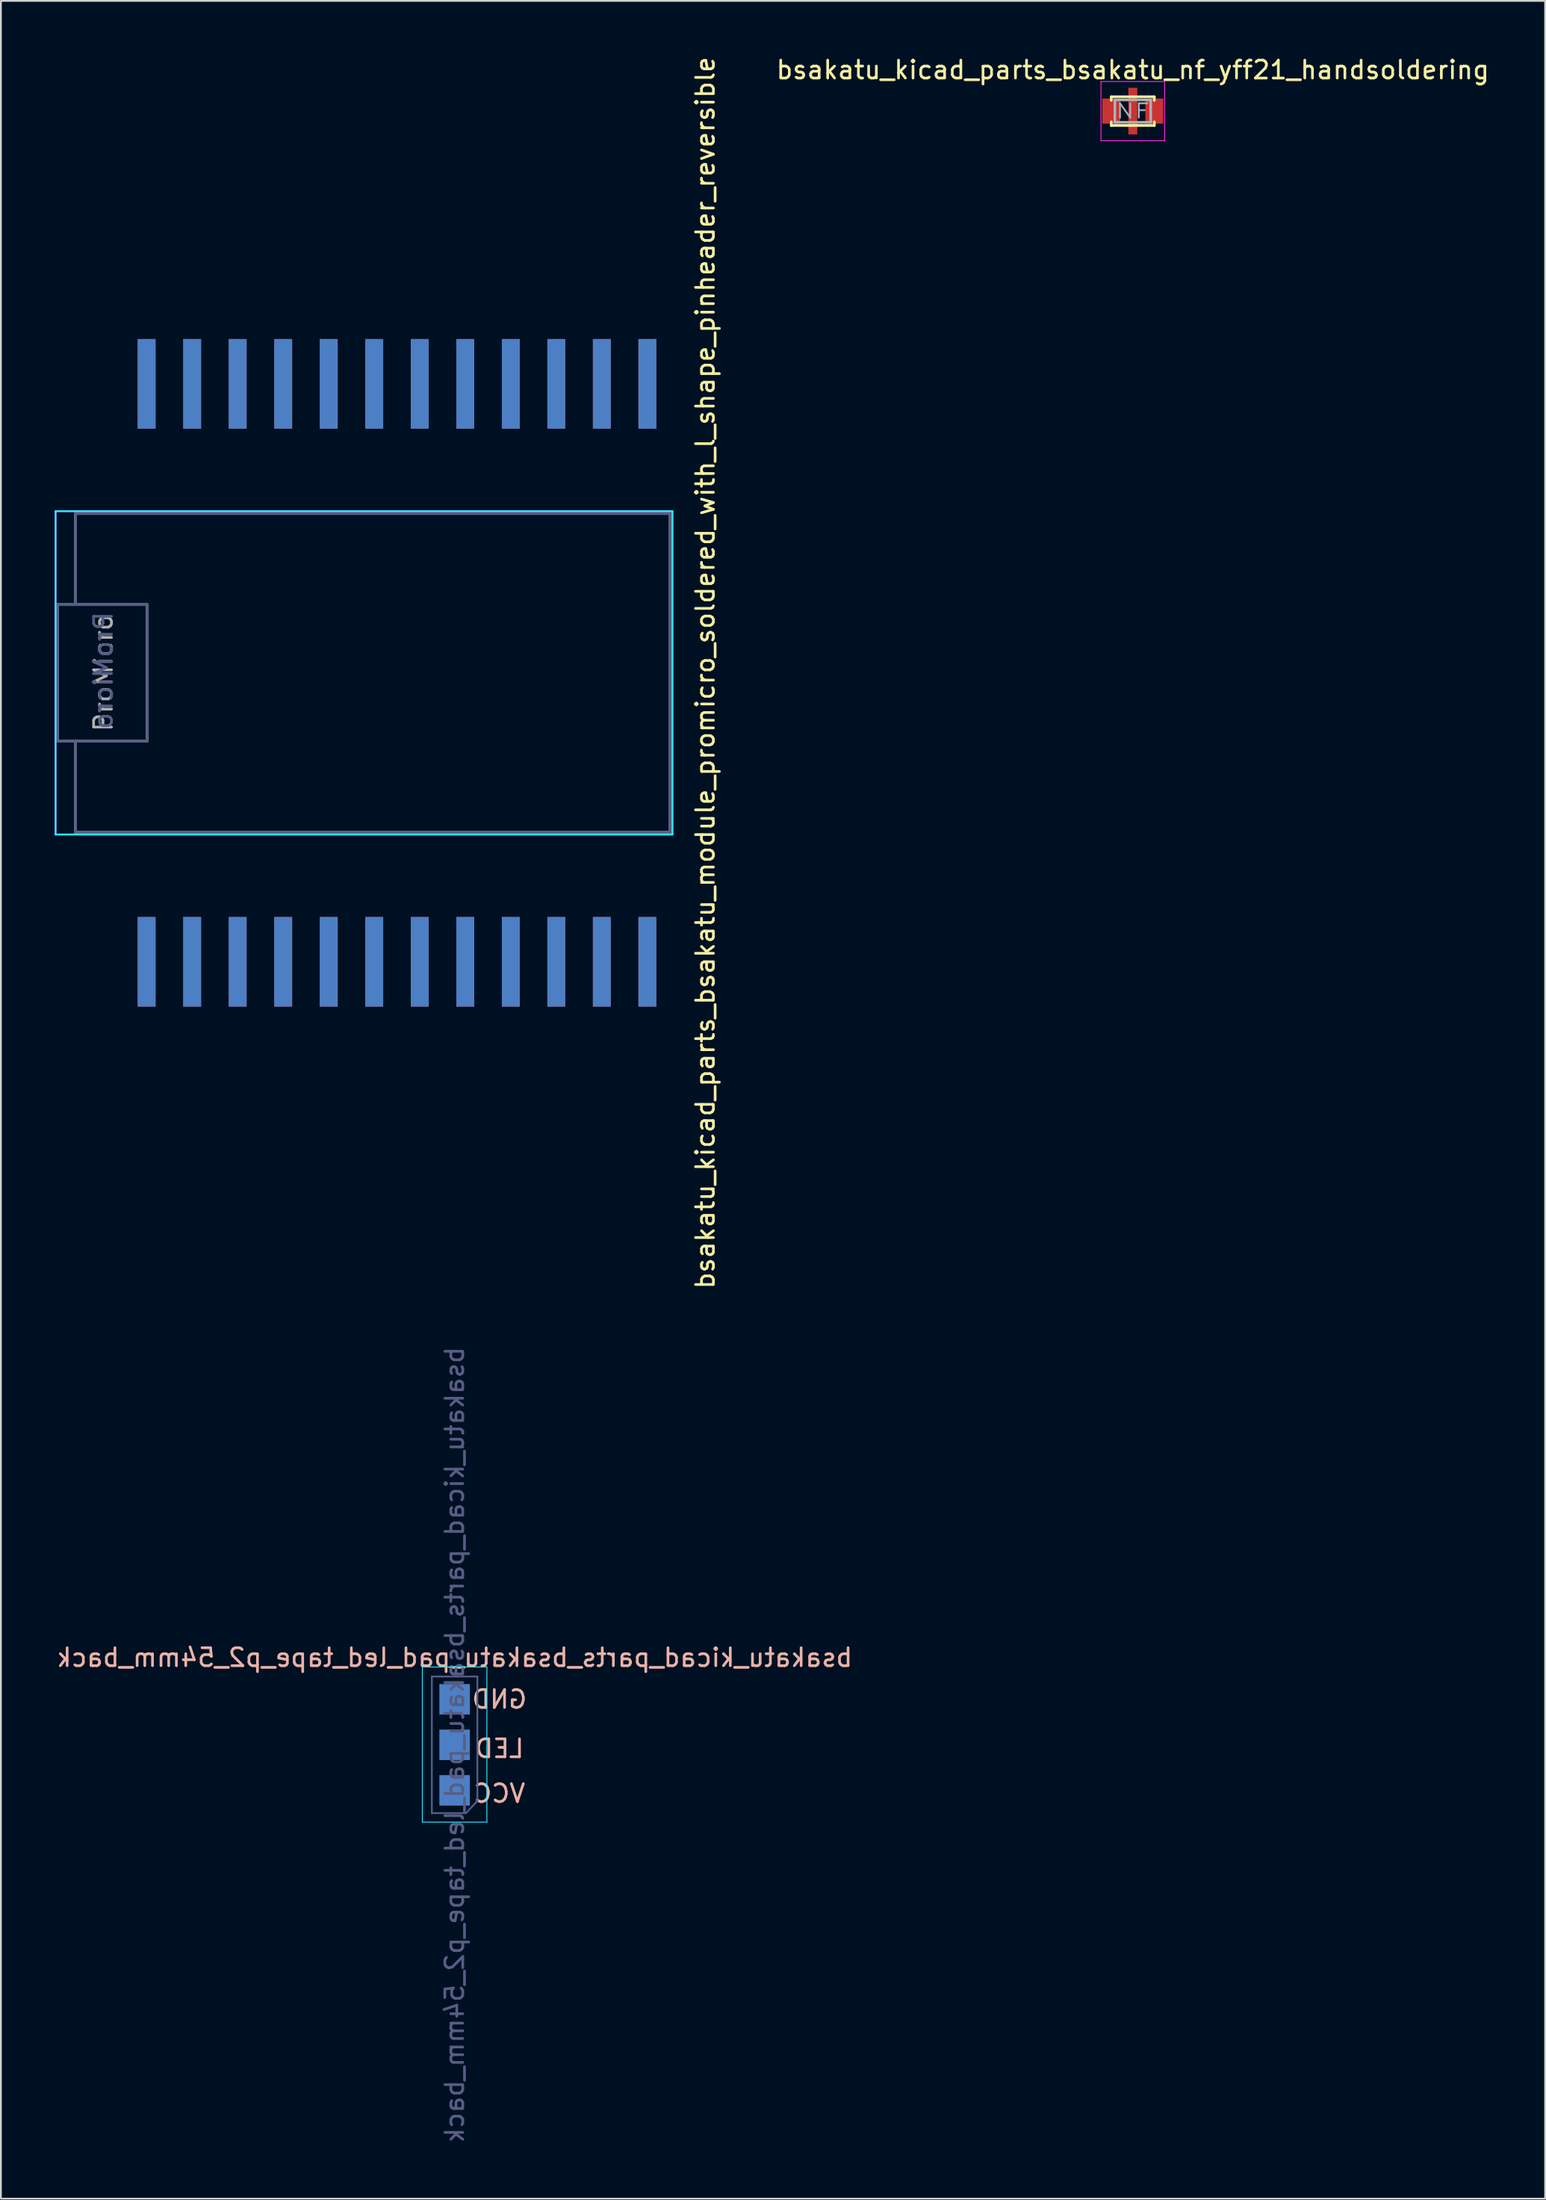
<source format=kicad_pcb>
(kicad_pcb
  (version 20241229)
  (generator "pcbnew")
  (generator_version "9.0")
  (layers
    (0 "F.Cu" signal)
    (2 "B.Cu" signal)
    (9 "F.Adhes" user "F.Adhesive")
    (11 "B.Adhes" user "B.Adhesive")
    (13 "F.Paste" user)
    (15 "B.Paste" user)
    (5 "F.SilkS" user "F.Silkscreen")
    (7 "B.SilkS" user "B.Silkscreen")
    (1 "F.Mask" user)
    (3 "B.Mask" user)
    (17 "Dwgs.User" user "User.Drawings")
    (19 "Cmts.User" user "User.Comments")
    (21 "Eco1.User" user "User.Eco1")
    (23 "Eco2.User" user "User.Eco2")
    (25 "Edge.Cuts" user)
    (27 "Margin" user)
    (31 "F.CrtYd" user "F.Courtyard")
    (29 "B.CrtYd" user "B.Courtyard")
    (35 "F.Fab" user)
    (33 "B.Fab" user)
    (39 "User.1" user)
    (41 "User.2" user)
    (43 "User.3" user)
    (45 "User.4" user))
  (footprint "bsakatu_kicad_parts_bsakatu_module_promicro_soldered_with_l_shape_pinheader_reversible"
    (layer "F.Cu")
    (at 19.1 34.482)
    (property "Reference" "bsakatu_kicad_parts_bsakatu_module_promicro_soldered_with_l_shape_pinheader_reversible" (at 17.2 0 90) (layer "F.SilkS") (effects (font (size 1 1) (thickness 0.15))))
    (attr through_hole)
    (fp_line (start -19.05 -9.017) (end 15.367 -9.017) (stroke (width 0.1) (type solid)) (layer "B.CrtYd"))
    (fp_line (start -19.05 9.017) (end -19.05 -9.017) (stroke (width 0.1) (type solid)) (layer "B.CrtYd"))
    (fp_line (start 15.367 -9.017) (end 15.367 9.017) (stroke (width 0.1) (type solid)) (layer "B.CrtYd"))
    (fp_line (start 15.367 9.017) (end -19.05 9.017) (stroke (width 0.1) (type solid)) (layer "B.CrtYd"))
    (fp_line (start -19.05 -9.017) (end 15.367 -9.017) (stroke (width 0.1) (type solid)) (layer "F.CrtYd"))
    (fp_line (start -19.05 9.017) (end -19.05 -9.017) (stroke (width 0.1) (type solid)) (layer "F.CrtYd"))
    (fp_line (start 15.367 -9.017) (end 15.367 9.017) (stroke (width 0.1) (type solid)) (layer "F.CrtYd"))
    (fp_line (start 15.367 9.017) (end -19.05 9.017) (stroke (width 0.1) (type solid)) (layer "F.CrtYd"))
    (fp_line (start -18.94 -3.81) (end -13.94 -3.81) (stroke (width 0.15) (type solid)) (layer "B.Fab"))
    (fp_line (start -18.94 3.81) (end -18.94 -3.81) (stroke (width 0.15) (type solid)) (layer "B.Fab"))
    (fp_line (start -17.94 -8.89) (end 15.24 -8.89) (stroke (width 0.15) (type solid)) (layer "B.Fab"))
    (fp_line (start -17.94 -3.81) (end -17.94 -8.89) (stroke (width 0.15) (type solid)) (layer "B.Fab"))
    (fp_line (start -17.94 8.89) (end -17.94 3.81) (stroke (width 0.15) (type solid)) (layer "B.Fab"))
    (fp_line (start -13.94 3.81) (end -18.94 3.81) (stroke (width 0.15) (type solid)) (layer "B.Fab"))
    (fp_line (start -13.94 3.81) (end -13.94 -3.81) (stroke (width 0.15) (type solid)) (layer "B.Fab"))
    (fp_line (start 15.24 -8.89) (end 15.24 8.89) (stroke (width 0.15) (type solid)) (layer "B.Fab"))
    (fp_line (start 15.24 8.89) (end -17.94 8.89) (stroke (width 0.15) (type solid)) (layer "B.Fab"))
    (fp_line (start -18.94 -3.81) (end -13.94 -3.81) (stroke (width 0.15) (type solid)) (layer "F.Fab"))
    (fp_line (start -18.94 3.81) (end -18.94 -3.81) (stroke (width 0.15) (type solid)) (layer "F.Fab"))
    (fp_line (start -18.94 3.81) (end -13.94 3.81) (stroke (width 0.15) (type solid)) (layer "F.Fab"))
    (fp_line (start -17.94 -8.89) (end 15.24 -8.89) (stroke (width 0.15) (type solid)) (layer "F.Fab"))
    (fp_line (start -17.94 -3.81) (end -17.94 -8.89) (stroke (width 0.15) (type solid)) (layer "F.Fab"))
    (fp_line (start -17.94 8.89) (end -17.94 3.81) (stroke (width 0.15) (type solid)) (layer "F.Fab"))
    (fp_line (start -17.94 8.89) (end 15.24 8.89) (stroke (width 0.15) (type solid)) (layer "F.Fab"))
    (fp_line (start -13.94 3.81) (end -13.94 -3.81) (stroke (width 0.15) (type solid)) (layer "F.Fab"))
    (fp_line (start 15.24 -8.89) (end 15.24 8.89) (stroke (width 0.15) (type solid)) (layer "F.Fab"))
    (fp_text user "ProMicro" (at -16.383 -0.127 90) (layer "B.Fab") (effects (font (size 1 1) (thickness 0.15)) (justify mirror)))
    (fp_text user "ProMicro" (at -16.383 0 90) (layer "F.Fab") (effects (font (size 1 1) (thickness 0.15))))
    (pad "1" smd rect (at -13.97 -16.12) (size 1 5) (layers "B.Cu" "B.Mask"))
    (pad "1" smd rect (at -13.97 16.12) (size 1 5) (layers "F.Cu" "F.Mask"))
    (pad "2" smd rect (at -11.43 -16.12) (size 1 5) (layers "B.Cu" "B.Mask"))
    (pad "2" smd rect (at -11.43 16.12) (size 1 5) (layers "F.Cu" "F.Mask"))
    (pad "3" smd rect (at -8.89 -16.12) (size 1 5) (layers "B.Cu" "B.Mask"))
    (pad "3" smd rect (at -8.89 16.12) (size 1 5) (layers "F.Cu" "F.Mask"))
    (pad "4" smd rect (at -6.35 -16.12) (size 1 5) (layers "B.Cu" "B.Mask"))
    (pad "4" smd rect (at -6.35 16.12) (size 1 5) (layers "F.Cu" "F.Mask"))
    (pad "5" smd rect (at -3.81 -16.12) (size 1 5) (layers "B.Cu" "B.Mask"))
    (pad "5" smd rect (at -3.81 16.12) (size 1 5) (layers "F.Cu" "F.Mask"))
    (pad "6" smd rect (at -1.27 -16.12) (size 1 5) (layers "B.Cu" "B.Mask"))
    (pad "6" smd rect (at -1.27 16.12) (size 1 5) (layers "F.Cu" "F.Mask"))
    (pad "7" smd rect (at 1.27 -16.12) (size 1 5) (layers "B.Cu" "B.Mask"))
    (pad "7" smd rect (at 1.27 16.12) (size 1 5) (layers "F.Cu" "F.Mask"))
    (pad "8" smd rect (at 3.81 -16.12) (size 1 5) (layers "B.Cu" "B.Mask"))
    (pad "8" smd rect (at 3.81 16.12) (size 1 5) (layers "F.Cu" "F.Mask"))
    (pad "9" smd rect (at 6.35 -16.12) (size 1 5) (layers "B.Cu" "B.Mask"))
    (pad "9" smd rect (at 6.35 16.12) (size 1 5) (layers "F.Cu" "F.Mask"))
    (pad "10" smd rect (at 8.89 -16.12) (size 1 5) (layers "B.Cu" "B.Mask"))
    (pad "10" smd rect (at 8.89 16.12) (size 1 5) (layers "F.Cu" "F.Mask"))
    (pad "11" smd rect (at 11.43 -16.12) (size 1 5) (layers "B.Cu" "B.Mask"))
    (pad "11" smd rect (at 11.43 16.12) (size 1 5) (layers "F.Cu" "F.Mask"))
    (pad "12" smd rect (at 13.97 -16.12) (size 1 5) (layers "B.Cu" "B.Mask"))
    (pad "12" smd rect (at 13.97 16.12) (size 1 5) (layers "F.Cu" "F.Mask"))
    (pad "13" smd rect (at 13.97 -16.12) (size 1 5) (layers "F.Cu" "F.Mask"))
    (pad "13" smd rect (at 13.97 16.12) (size 1 5) (layers "B.Cu" "B.Mask"))
    (pad "14" smd rect (at 11.43 -16.12) (size 1 5) (layers "F.Cu" "F.Mask"))
    (pad "14" smd rect (at 11.43 16.12) (size 1 5) (layers "B.Cu" "B.Mask"))
    (pad "15" smd rect (at 8.89 -16.12) (size 1 5) (layers "F.Cu" "F.Mask"))
    (pad "15" smd rect (at 8.89 16.12) (size 1 5) (layers "B.Cu" "B.Mask"))
    (pad "16" smd rect (at 6.35 -16.12) (size 1 5) (layers "F.Cu" "F.Mask"))
    (pad "16" smd rect (at 6.35 16.12) (size 1 5) (layers "B.Cu" "B.Mask"))
    (pad "17" smd rect (at 3.81 -16.12) (size 1 5) (layers "F.Cu" "F.Mask"))
    (pad "17" smd rect (at 3.81 16.12) (size 1 5) (layers "B.Cu" "B.Mask"))
    (pad "18" smd rect (at 1.27 -16.12) (size 1 5) (layers "F.Cu" "F.Mask"))
    (pad "18" smd rect (at 1.27 16.12) (size 1 5) (layers "B.Cu" "B.Mask"))
    (pad "19" smd rect (at -1.27 -16.12) (size 1 5) (layers "F.Cu" "F.Mask"))
    (pad "19" smd rect (at -1.27 16.12) (size 1 5) (layers "B.Cu" "B.Mask"))
    (pad "20" smd rect (at -3.81 -16.12) (size 1 5) (layers "F.Cu" "F.Mask"))
    (pad "20" smd rect (at -3.81 16.12) (size 1 5) (layers "B.Cu" "B.Mask"))
    (pad "21" smd rect (at -6.35 -16.12) (size 1 5) (layers "F.Cu" "F.Mask"))
    (pad "21" smd rect (at -6.35 16.12) (size 1 5) (layers "B.Cu" "B.Mask"))
    (pad "22" smd rect (at -8.89 -16.12) (size 1 5) (layers "F.Cu" "F.Mask"))
    (pad "22" smd rect (at -8.89 16.12) (size 1 5) (layers "B.Cu" "B.Mask"))
    (pad "23" smd rect (at -11.43 -16.12) (size 1 5) (layers "F.Cu" "F.Mask"))
    (pad "23" smd rect (at -11.43 16.12) (size 1 5) (layers "B.Cu" "B.Mask"))
    (pad "24" smd rect (at -13.97 -16.12) (size 1 5) (layers "F.Cu" "F.Mask"))
    (pad "24" smd rect (at -13.97 16.12) (size 1 5) (layers "B.Cu" "B.Mask")))
  (footprint "bsakatu_kicad_parts_bsakatu_nf_yff21_handsoldering"
    (layer "F.Cu")
    (at 60.154 3.148)
    (property "Reference" "bsakatu_kicad_parts_bsakatu_nf_yff21_handsoldering" (at 0 -2.3 0) (layer "F.SilkS") (effects (font (size 1 1) (thickness 0.15))))
    (attr through_hole)
    (fp_line (start -1.2 -0.8) (end 1.2 -0.8) (stroke (width 0.15) (type solid)) (layer "F.SilkS"))
    (fp_line (start -1.2 -0.6) (end -1.2 -0.8) (stroke (width 0.15) (type solid)) (layer "F.SilkS"))
    (fp_line (start -1.2 0.6) (end -1.2 0.8) (stroke (width 0.15) (type solid)) (layer "F.SilkS"))
    (fp_line (start -1.2 0.8) (end 1.2 0.8) (stroke (width 0.15) (type solid)) (layer "F.SilkS"))
    (fp_line (start 1.2 -0.8) (end 1.2 -0.6) (stroke (width 0.15) (type solid)) (layer "F.SilkS"))
    (fp_line (start 1.2 0.8) (end 1.2 0.6) (stroke (width 0.15) (type solid)) (layer "F.SilkS"))
    (fp_line (start -1.775 -1.65) (end -1.775 1.65) (stroke (width 0.05) (type solid)) (layer "F.CrtYd"))
    (fp_line (start -1.775 1.65) (end 1.775 1.65) (stroke (width 0.05) (type solid)) (layer "F.CrtYd"))
    (fp_line (start 1.775 -1.65) (end -1.775 -1.65) (stroke (width 0.05) (type solid)) (layer "F.CrtYd"))
    (fp_line (start 1.775 1.65) (end 1.775 -1.65) (stroke (width 0.05) (type solid)) (layer "F.CrtYd"))
    (fp_line (start -1 -0.625) (end -1 0.625) (stroke (width 0.15) (type solid)) (layer "F.Fab"))
    (fp_line (start -1 -0.625) (end 1 -0.625) (stroke (width 0.15) (type solid)) (layer "F.Fab"))
    (fp_line (start -1 0.625) (end 1 0.625) (stroke (width 0.15) (type solid)) (layer "F.Fab"))
    (fp_line (start 1 -0.625) (end 1 0.625) (stroke (width 0.15) (type solid)) (layer "F.Fab"))
    (fp_text user "NF" (at 0 0 0) (layer "F.Fab") (effects (font (size 0.8 1) (thickness 0.1))))
    (pad "1" smd rect (at -1.2 0) (size 1 1.4) (layers "F.Cu" "F.Mask" "F.Paste"))
    (pad "2" smd rect (at 0 -0.825) (size 0.5 0.95) (layers "F.Cu" "F.Mask" "F.Paste"))
    (pad "2" smd rect (at 0 0) (size 0.25 2) (layers "F.Cu"))
    (pad "2" smd rect (at 0 0) (size 0.5 0.7) (layers "F.Cu"))
    (pad "2" smd rect (at 0 0.825) (size 0.5 0.95) (layers "F.Cu" "F.Mask" "F.Paste"))
    (pad "3" smd rect (at 1.2 0) (size 1 1.4) (layers "F.Cu" "F.Mask" "F.Paste")))
  (footprint "bsakatu_kicad_parts_bsakatu_pad_led_tape_p2_54mm_back"
    (layer "F.Cu")
    (at 22.315 91.74)
    (property "Reference" "bsakatu_kicad_parts_bsakatu_pad_led_tape_p2_54mm_back" (at 0 -2.33 0) (layer "B.SilkS") (effects (font (size 1 1) (thickness 0.15)) (justify mirror)))
    (attr smd)
    (fp_line (start -1.8 -1.8) (end -1.8 6.85) (stroke (width 0.05) (type solid)) (layer "B.CrtYd"))
    (fp_line (start -1.8 6.85) (end 1.8 6.85) (stroke (width 0.05) (type solid)) (layer "B.CrtYd"))
    (fp_line (start 1.8 -1.8) (end -1.8 -1.8) (stroke (width 0.05) (type solid)) (layer "B.CrtYd"))
    (fp_line (start 1.8 6.85) (end 1.8 -1.8) (stroke (width 0.05) (type solid)) (layer "B.CrtYd"))
    (fp_line (start -1.27 -1.27) (end 1.27 -1.27) (stroke (width 0.1) (type solid)) (layer "B.Fab"))
    (fp_line (start -1.27 6.35) (end -1.27 -1.27) (stroke (width 0.1) (type solid)) (layer "B.Fab"))
    (fp_line (start 0.635 6.35) (end -1.27 6.35) (stroke (width 0.1) (type solid)) (layer "B.Fab"))
    (fp_line (start 0.635 6.35) (end 1.27 5.67) (stroke (width 0.1) (type solid)) (layer "B.Fab"))
    (fp_line (start 1.27 -1.27) (end 1.27 5.67) (stroke (width 0.1) (type solid)) (layer "B.Fab"))
    (fp_text user "VCC" (at 2.5 5.25 0) (layer "B.SilkS") (effects (font (size 1 1) (thickness 0.15)) (justify mirror)))
    (fp_text user "GND" (at 2.5 0 0) (layer "B.SilkS") (effects (font (size 1 1) (thickness 0.15)) (justify mirror)))
    (fp_text user "LED" (at 2.5 2.75 0) (layer "B.SilkS") (effects (font (size 1 1) (thickness 0.15)) (justify mirror)))
    (fp_text user "${REFERENCE}" (at 0 2.54 90) (layer "B.Fab") (effects (font (size 1 1) (thickness 0.15)) (justify mirror)))
    (pad "1" smd rect (at 0 5.08) (size 1.7 1.7) (layers "B.Cu" "B.Mask" "B.Paste"))
    (pad "2" smd rect (at 0 2.54) (size 1.7 1.7) (layers "B.Cu" "B.Mask" "B.Paste"))
    (pad "3" smd rect (at 0 0) (size 1.7 1.7) (layers "B.Cu" "B.Mask" "B.Paste")))
  (gr_rect
    (start -3 -3)
    (end 83.16 119.595)
    (stroke (width 0.1) (type default))
    (fill no)
    (layer "Edge.Cuts")))
</source>
